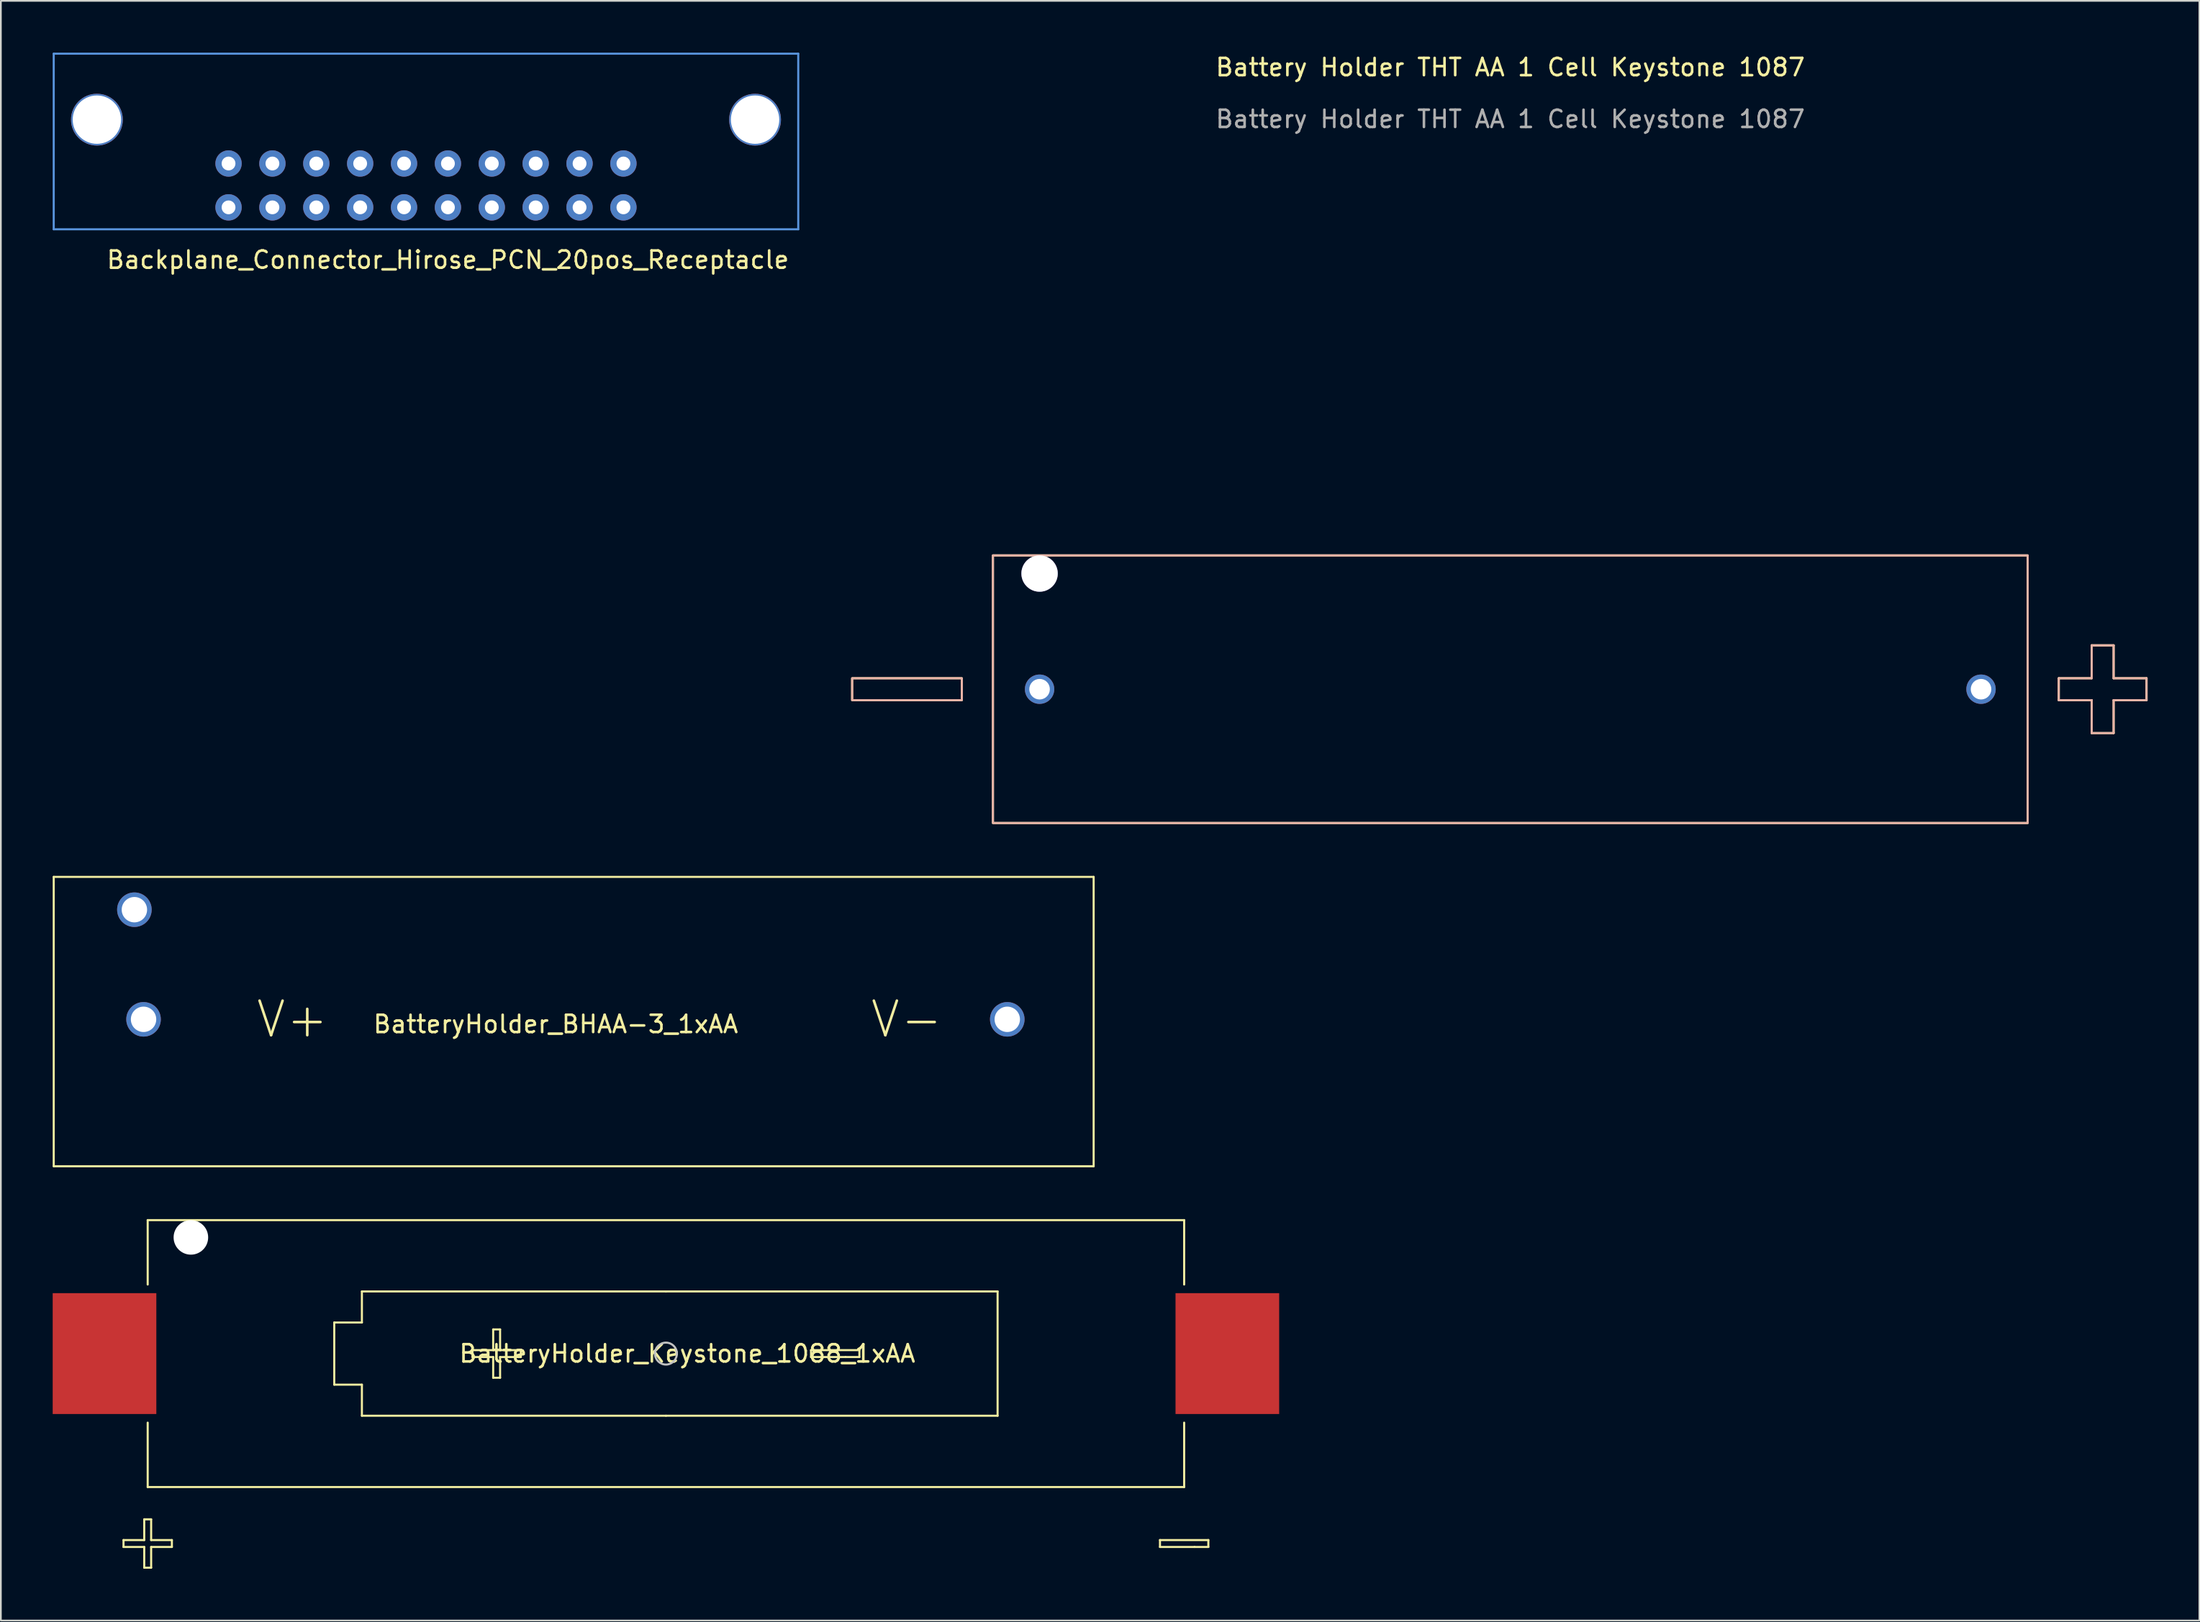
<source format=kicad_pcb>
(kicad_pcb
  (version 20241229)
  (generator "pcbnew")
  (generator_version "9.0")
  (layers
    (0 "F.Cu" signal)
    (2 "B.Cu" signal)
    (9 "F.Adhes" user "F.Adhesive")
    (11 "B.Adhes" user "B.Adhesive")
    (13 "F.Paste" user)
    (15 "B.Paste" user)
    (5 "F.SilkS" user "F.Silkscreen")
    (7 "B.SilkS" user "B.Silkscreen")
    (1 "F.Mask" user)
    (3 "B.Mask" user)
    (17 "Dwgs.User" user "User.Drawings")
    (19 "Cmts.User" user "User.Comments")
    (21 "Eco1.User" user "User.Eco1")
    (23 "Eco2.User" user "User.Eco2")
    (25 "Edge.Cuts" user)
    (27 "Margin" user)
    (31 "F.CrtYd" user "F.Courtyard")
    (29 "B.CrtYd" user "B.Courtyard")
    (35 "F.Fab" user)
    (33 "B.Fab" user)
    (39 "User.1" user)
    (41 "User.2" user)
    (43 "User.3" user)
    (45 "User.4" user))
  (footprint "BatteryHolder_Keystone_1088_1xAA"
    (layer "F.Cu")
    (at 35.5 75.348)
    (property "Reference" "BatteryHolder_Keystone_1088_1xAA" (at 1.235 0 0) (layer "F.SilkS") (effects (font (size 1 1) (thickness 0.15))))
    (attr through_hole)
    (fp_line (start -31.4 10.8) (end -30.2 10.8) (stroke (width 0.12) (type solid)) (layer "F.SilkS"))
    (fp_line (start -31.4 11.2) (end -31.4 10.8) (stroke (width 0.12) (type solid)) (layer "F.SilkS"))
    (fp_line (start -30.2 9.6) (end -29.8 9.6) (stroke (width 0.12) (type solid)) (layer "F.SilkS"))
    (fp_line (start -30.2 10.8) (end -30.2 9.6) (stroke (width 0.12) (type solid)) (layer "F.SilkS"))
    (fp_line (start -30.2 11.2) (end -31.4 11.2) (stroke (width 0.12) (type solid)) (layer "F.SilkS"))
    (fp_line (start -30.2 12.4) (end -30.2 11.2) (stroke (width 0.12) (type solid)) (layer "F.SilkS"))
    (fp_line (start -30 -4) (end -30 -7.73) (stroke (width 0.12) (type solid)) (layer "F.SilkS"))
    (fp_line (start -30 4) (end -30 7.73) (stroke (width 0.12) (type solid)) (layer "F.SilkS"))
    (fp_line (start -30 7.73) (end 30 7.73) (stroke (width 0.12) (type solid)) (layer "F.SilkS"))
    (fp_line (start -29.8 9.6) (end -29.8 10.8) (stroke (width 0.12) (type solid)) (layer "F.SilkS"))
    (fp_line (start -29.8 10.8) (end -28.6 10.8) (stroke (width 0.12) (type solid)) (layer "F.SilkS"))
    (fp_line (start -29.8 11.2) (end -29.8 12.4) (stroke (width 0.12) (type solid)) (layer "F.SilkS"))
    (fp_line (start -29.8 12.4) (end -30.2 12.4) (stroke (width 0.12) (type solid)) (layer "F.SilkS"))
    (fp_line (start -28.6 10.8) (end -28.6 11.2) (stroke (width 0.12) (type solid)) (layer "F.SilkS"))
    (fp_line (start -28.6 11.2) (end -29.8 11.2) (stroke (width 0.12) (type solid)) (layer "F.SilkS"))
    (fp_line (start -19.2 -1.8) (end -19.2 1.8) (stroke (width 0.12) (type solid)) (layer "F.SilkS"))
    (fp_line (start -19.2 1.8) (end -17.6 1.8) (stroke (width 0.12) (type solid)) (layer "F.SilkS"))
    (fp_line (start -17.6 -3.6) (end -17.6 -1.8) (stroke (width 0.12) (type solid)) (layer "F.SilkS"))
    (fp_line (start -17.6 -3.6) (end 0 -3.6) (stroke (width 0.12) (type solid)) (layer "F.SilkS"))
    (fp_line (start -17.6 -1.8) (end -19.2 -1.8) (stroke (width 0.12) (type solid)) (layer "F.SilkS"))
    (fp_line (start -17.6 1.8) (end -17.6 3.6) (stroke (width 0.12) (type solid)) (layer "F.SilkS"))
    (fp_line (start -11.2 -0.2) (end -10 -0.2) (stroke (width 0.12) (type solid)) (layer "F.SilkS"))
    (fp_line (start -11.2 0.2) (end -11.2 -0.2) (stroke (width 0.12) (type solid)) (layer "F.SilkS"))
    (fp_line (start -10 -1.4) (end -9.6 -1.4) (stroke (width 0.12) (type solid)) (layer "F.SilkS"))
    (fp_line (start -10 -0.2) (end -10 -1.4) (stroke (width 0.12) (type solid)) (layer "F.SilkS"))
    (fp_line (start -10 0.2) (end -11.2 0.2) (stroke (width 0.12) (type solid)) (layer "F.SilkS"))
    (fp_line (start -10 1.4) (end -10 0.2) (stroke (width 0.12) (type solid)) (layer "F.SilkS"))
    (fp_line (start -9.6 -1.4) (end -9.6 -0.2) (stroke (width 0.12) (type solid)) (layer "F.SilkS"))
    (fp_line (start -9.6 -0.2) (end -8.4 -0.2) (stroke (width 0.12) (type solid)) (layer "F.SilkS"))
    (fp_line (start -9.6 0.2) (end -9.6 1.4) (stroke (width 0.12) (type solid)) (layer "F.SilkS"))
    (fp_line (start -9.6 1.4) (end -10 1.4) (stroke (width 0.12) (type solid)) (layer "F.SilkS"))
    (fp_line (start -8.4 -0.2) (end -8.4 0.2) (stroke (width 0.12) (type solid)) (layer "F.SilkS"))
    (fp_line (start -8.4 0.2) (end -9.6 0.2) (stroke (width 0.12) (type solid)) (layer "F.SilkS"))
    (fp_line (start 0 -3.6) (end 19.2 -3.6) (stroke (width 0.12) (type solid)) (layer "F.SilkS"))
    (fp_line (start 0 3.6) (end -17.6 3.6) (stroke (width 0.12) (type solid)) (layer "F.SilkS"))
    (fp_line (start 8.4 -0.2) (end 8.4 0.2) (stroke (width 0.12) (type solid)) (layer "F.SilkS"))
    (fp_line (start 8.4 -0.2) (end 11.2 -0.2) (stroke (width 0.12) (type solid)) (layer "F.SilkS"))
    (fp_line (start 8.4 0.2) (end 10.4 0.2) (stroke (width 0.12) (type solid)) (layer "F.SilkS"))
    (fp_line (start 11.2 -0.2) (end 11.2 0.2) (stroke (width 0.12) (type solid)) (layer "F.SilkS"))
    (fp_line (start 11.2 0.2) (end 10.4 0.2) (stroke (width 0.12) (type solid)) (layer "F.SilkS"))
    (fp_line (start 19.2 -3.6) (end 19.2 3.6) (stroke (width 0.12) (type solid)) (layer "F.SilkS"))
    (fp_line (start 19.2 3.6) (end 0 3.6) (stroke (width 0.12) (type solid)) (layer "F.SilkS"))
    (fp_line (start 28.6 10.8) (end 28.6 11.2) (stroke (width 0.12) (type solid)) (layer "F.SilkS"))
    (fp_line (start 28.6 10.8) (end 31.4 10.8) (stroke (width 0.12) (type solid)) (layer "F.SilkS"))
    (fp_line (start 28.6 11.2) (end 30.6 11.2) (stroke (width 0.12) (type solid)) (layer "F.SilkS"))
    (fp_line (start 30 -7.73) (end -30 -7.73) (stroke (width 0.12) (type solid)) (layer "F.SilkS"))
    (fp_line (start 30 -4) (end 30 -7.73) (stroke (width 0.12) (type solid)) (layer "F.SilkS"))
    (fp_line (start 30 4) (end 30 7.73) (stroke (width 0.12) (type solid)) (layer "F.SilkS"))
    (fp_line (start 31.4 10.8) (end 31.4 11.2) (stroke (width 0.12) (type solid)) (layer "F.SilkS"))
    (fp_line (start 31.4 11.2) (end 30.6 11.2) (stroke (width 0.12) (type solid)) (layer "F.SilkS"))
    (fp_circle (center 0 0) (end 0.635 0) (stroke (width 0.12) (type solid)) (fill no) (layer "Dwgs.User"))
    (pad "" np_thru_hole circle (at -27.5 -6.73) (size 2 2) (drill 2) (layers "*.Cu" "*.Mask"))
    (pad "1" smd rect (at -32.5 0) (size 6 7) (layers "F.Cu" "F.Mask" "F.Paste"))
    (pad "2" smd rect (at 32.5 0) (size 6 7) (layers "F.Cu" "F.Mask" "F.Paste")))
  (footprint "Backplane_Connector_Hirose_PCN_20pos_Receptacle"
    (layer "F.Cu")
    (at 21.61 11.5)
    (property "Reference" "Backplane_Connector_Hirose_PCN_20pos_Receptacle" (at 1.27 0.5 0) (layer "F.SilkS") (effects (font (size 1 1) (thickness 0.15))))
    (attr through_hole)
    (fp_line (start -21.55 -11.44) (end -21.55 -1.27) (stroke (width 0.12) (type solid)) (layer "Cmts.User"))
    (fp_line (start -21.55 -1.27) (end 21.55 -1.27) (stroke (width 0.12) (type solid)) (layer "Cmts.User"))
    (fp_line (start 21.55 -11.44) (end -21.55 -11.44) (stroke (width 0.12) (type solid)) (layer "Cmts.User"))
    (fp_line (start 21.55 -1.27) (end 21.55 -11.44) (stroke (width 0.12) (type solid)) (layer "Cmts.User"))
    (pad "" np_thru_hole circle (at -19.05 -7.62 180) (size 3 3) (drill 2.8) (layers "*.Cu" "*.Mask"))
    (pad "" np_thru_hole circle (at 19.05 -7.62 180) (size 3 3) (drill 2.8) (layers "*.Cu" "*.Mask"))
    (pad "1" thru_hole circle (at -11.43 -2.54 180) (size 1.524 1.524) (drill 0.8) (layers "*.Cu" "*.Mask"))
    (pad "2" thru_hole circle (at -8.89 -2.54 180) (size 1.524 1.524) (drill 0.8) (layers "*.Cu" "*.Mask"))
    (pad "3" thru_hole circle (at -6.35 -2.54 180) (size 1.524 1.524) (drill 0.8) (layers "*.Cu" "*.Mask"))
    (pad "4" thru_hole circle (at -3.81 -2.54 180) (size 1.524 1.524) (drill 0.8) (layers "*.Cu" "*.Mask"))
    (pad "5" thru_hole circle (at -1.27 -2.54 180) (size 1.524 1.524) (drill 0.8) (layers "*.Cu" "*.Mask"))
    (pad "6" thru_hole circle (at 1.27 -2.54 180) (size 1.524 1.524) (drill 0.8) (layers "*.Cu" "*.Mask"))
    (pad "7" thru_hole circle (at 3.81 -2.54 180) (size 1.524 1.524) (drill 0.8) (layers "*.Cu" "*.Mask"))
    (pad "8" thru_hole circle (at 6.35 -2.54 180) (size 1.524 1.524) (drill 0.8) (layers "*.Cu" "*.Mask"))
    (pad "9" thru_hole circle (at 8.89 -2.54 180) (size 1.524 1.524) (drill 0.8) (layers "*.Cu" "*.Mask"))
    (pad "10" thru_hole circle (at 11.43 -2.54 180) (size 1.524 1.524) (drill 0.8) (layers "*.Cu" "*.Mask"))
    (pad "11" thru_hole circle (at 11.43 -5.08 180) (size 1.524 1.524) (drill 0.8) (layers "*.Cu" "*.Mask"))
    (pad "12" thru_hole circle (at 8.89 -5.08 180) (size 1.524 1.524) (drill 0.8) (layers "*.Cu" "*.Mask"))
    (pad "13" thru_hole circle (at 6.35 -5.08 180) (size 1.524 1.524) (drill 0.8) (layers "*.Cu" "*.Mask"))
    (pad "14" thru_hole circle (at 3.81 -5.08 180) (size 1.524 1.524) (drill 0.8) (layers "*.Cu" "*.Mask"))
    (pad "15" thru_hole circle (at 1.27 -5.08 180) (size 1.524 1.524) (drill 0.8) (layers "*.Cu" "*.Mask"))
    (pad "16" thru_hole circle (at -1.27 -5.08 180) (size 1.524 1.524) (drill 0.8) (layers "*.Cu" "*.Mask"))
    (pad "17" thru_hole circle (at -3.81 -5.08 180) (size 1.524 1.524) (drill 0.8) (layers "*.Cu" "*.Mask"))
    (pad "18" thru_hole circle (at -6.35 -5.08 180) (size 1.524 1.524) (drill 0.8) (layers "*.Cu" "*.Mask"))
    (pad "19" thru_hole circle (at -8.89 -5.08 180) (size 1.524 1.524) (drill 0.8) (layers "*.Cu" "*.Mask"))
    (pad "20" thru_hole circle (at -11.43 -5.08 180) (size 1.524 1.524) (drill 0.8) (layers "*.Cu" "*.Mask")))
  (footprint "Battery Holder THT AA 1 Cell Keystone 1087"
    (layer "F.Cu")
    (at 84.38 36.868)
    (property "Reference" "Battery Holder THT AA 1 Cell Keystone 1087" (at 0 -36.02 0) (unlocked yes) (layer "F.SilkS") (effects (font (size 1 1) (thickness 0.15))))
    (attr through_hole)
    (fp_line (start 31.75 -0.635) (end 31.75 0.635) (stroke (width 0.12) (type solid)) (layer "F.SilkS"))
    (fp_line (start 31.75 0.635) (end 33.655 0.635) (stroke (width 0.12) (type solid)) (layer "F.SilkS"))
    (fp_line (start 33.655 -2.54) (end 33.655 -0.635) (stroke (width 0.12) (type solid)) (layer "F.SilkS"))
    (fp_line (start 33.655 -0.635) (end 31.75 -0.635) (stroke (width 0.12) (type solid)) (layer "F.SilkS"))
    (fp_line (start 33.655 0.635) (end 33.655 2.54) (stroke (width 0.12) (type solid)) (layer "F.SilkS"))
    (fp_line (start 33.655 2.54) (end 34.925 2.54) (stroke (width 0.12) (type solid)) (layer "F.SilkS"))
    (fp_line (start 34.925 -2.54) (end 33.655 -2.54) (stroke (width 0.12) (type solid)) (layer "F.SilkS"))
    (fp_line (start 34.925 -0.635) (end 34.925 -2.54) (stroke (width 0.12) (type solid)) (layer "F.SilkS"))
    (fp_line (start 34.925 0.635) (end 36.83 0.635) (stroke (width 0.12) (type solid)) (layer "F.SilkS"))
    (fp_line (start 34.925 2.54) (end 34.925 0.635) (stroke (width 0.12) (type solid)) (layer "F.SilkS"))
    (fp_line (start 36.83 -0.635) (end 34.925 -0.635) (stroke (width 0.12) (type solid)) (layer "F.SilkS"))
    (fp_line (start 36.83 0.635) (end 36.83 -0.635) (stroke (width 0.12) (type solid)) (layer "F.SilkS"))
    (fp_rect (start -38.1 -0.635) (end -31.75 0.635) (stroke (width 0.12) (type solid)) (fill no) (layer "F.SilkS"))
    (fp_rect (start -29.95 -7.75) (end 29.95 7.75) (stroke (width 0.12) (type solid)) (fill no) (layer "F.SilkS"))
    (fp_line (start 31.75 -0.635) (end 33.655 -0.635) (stroke (width 0.12) (type solid)) (layer "B.SilkS"))
    (fp_line (start 31.75 0.635) (end 31.75 -0.635) (stroke (width 0.12) (type solid)) (layer "B.SilkS"))
    (fp_line (start 33.655 -2.54) (end 34.925 -2.54) (stroke (width 0.12) (type solid)) (layer "B.SilkS"))
    (fp_line (start 33.655 -0.635) (end 33.655 -2.54) (stroke (width 0.12) (type solid)) (layer "B.SilkS"))
    (fp_line (start 33.655 0.635) (end 31.75 0.635) (stroke (width 0.12) (type solid)) (layer "B.SilkS"))
    (fp_line (start 33.655 2.54) (end 33.655 0.635) (stroke (width 0.12) (type solid)) (layer "B.SilkS"))
    (fp_line (start 34.925 -2.54) (end 34.925 -0.635) (stroke (width 0.12) (type solid)) (layer "B.SilkS"))
    (fp_line (start 34.925 -0.635) (end 36.83 -0.635) (stroke (width 0.12) (type solid)) (layer "B.SilkS"))
    (fp_line (start 34.925 0.635) (end 34.925 2.54) (stroke (width 0.12) (type solid)) (layer "B.SilkS"))
    (fp_line (start 34.925 2.54) (end 33.655 2.54) (stroke (width 0.12) (type solid)) (layer "B.SilkS"))
    (fp_line (start 36.83 -0.635) (end 36.83 0.635) (stroke (width 0.12) (type solid)) (layer "B.SilkS"))
    (fp_line (start 36.83 0.635) (end 34.925 0.635) (stroke (width 0.12) (type solid)) (layer "B.SilkS"))
    (fp_rect (start -38.1 0.635) (end -31.75 -0.635) (stroke (width 0.12) (type solid)) (fill no) (layer "B.SilkS"))
    (fp_rect (start -29.95 -7.75) (end 29.95 7.75) (stroke (width 0.12) (type solid)) (fill no) (layer "B.SilkS"))
    (fp_text user "${REFERENCE}" (at 0 -33.02 0) (unlocked yes) (layer "F.Fab") (effects (font (size 1 1) (thickness 0.15))))
    (pad "" np_thru_hole circle (at -27.25 -6.7) (size 2.11 2.11) (drill 2.1) (layers "*.Cu" "*.Mask"))
    (pad "1" thru_hole circle (at -27.25 0) (size 1.7 1.7) (drill 1.19) (layers "*.Cu" "*.Mask"))
    (pad "2" thru_hole circle (at 27.25 0) (size 1.7 1.7) (drill 1.19) (layers "*.Cu" "*.Mask")))
  (footprint "BatteryHolder_BHAA-3_1xAA"
    (layer "F.Cu")
    (at 29.12 55.768)
    (property "Reference" "BatteryHolder_BHAA-3_1xAA" (at 0 0.5 0) (layer "F.SilkS") (effects (font (size 1 1) (thickness 0.15))))
    (attr through_hole)
    (fp_line (start -29.06 -8.03) (end 31.14 -8.03) (stroke (width 0.12) (type solid)) (layer "F.SilkS"))
    (fp_line (start -29.06 8.73) (end -29.06 -8.03) (stroke (width 0.12) (type solid)) (layer "F.SilkS"))
    (fp_line (start 31.14 -8.03) (end 31.14 8.73) (stroke (width 0.12) (type solid)) (layer "F.SilkS"))
    (fp_line (start 31.14 8.73) (end -29.06 8.73) (stroke (width 0.12) (type solid)) (layer "F.SilkS"))
    (fp_text user "V+" (at -15.24 0.22 0) (layer "F.SilkS") (effects (font (size 2 2) (thickness 0.15))))
    (fp_text user "V-" (at 20.32 0.22 0) (layer "F.SilkS") (effects (font (size 2 2) (thickness 0.15))))
    (pad "" np_thru_hole circle (at -24.39 -6.13) (size 2 2) (drill 1.47) (layers "*.Cu" "*.Mask"))
    (pad "1" thru_hole circle (at -23.86 0.22) (size 2 2) (drill 1.47) (layers "*.Cu" "*.Mask"))
    (pad "2" thru_hole circle (at 26.14 0.22) (size 2 2) (drill 1.47) (layers "*.Cu" "*.Mask")))
  (gr_rect
    (start -3 -3)
    (end 124.27 90.808)
    (stroke (width 0.1) (type default))
    (fill no)
    (layer "Edge.Cuts")))
</source>
